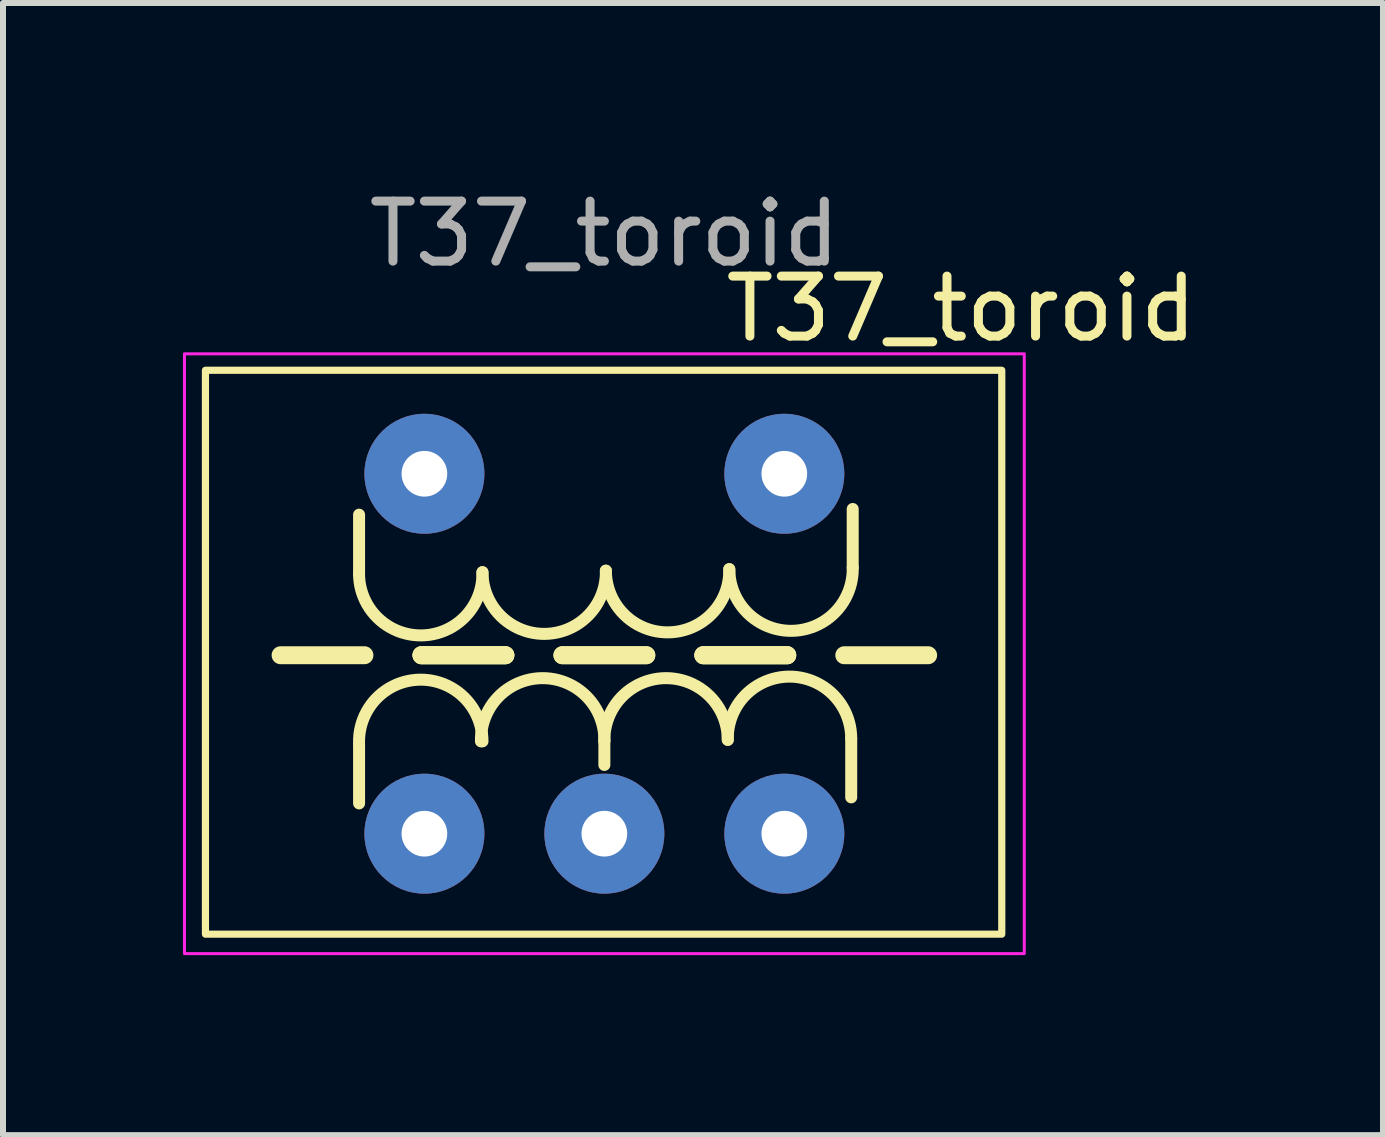
<source format=kicad_pcb>
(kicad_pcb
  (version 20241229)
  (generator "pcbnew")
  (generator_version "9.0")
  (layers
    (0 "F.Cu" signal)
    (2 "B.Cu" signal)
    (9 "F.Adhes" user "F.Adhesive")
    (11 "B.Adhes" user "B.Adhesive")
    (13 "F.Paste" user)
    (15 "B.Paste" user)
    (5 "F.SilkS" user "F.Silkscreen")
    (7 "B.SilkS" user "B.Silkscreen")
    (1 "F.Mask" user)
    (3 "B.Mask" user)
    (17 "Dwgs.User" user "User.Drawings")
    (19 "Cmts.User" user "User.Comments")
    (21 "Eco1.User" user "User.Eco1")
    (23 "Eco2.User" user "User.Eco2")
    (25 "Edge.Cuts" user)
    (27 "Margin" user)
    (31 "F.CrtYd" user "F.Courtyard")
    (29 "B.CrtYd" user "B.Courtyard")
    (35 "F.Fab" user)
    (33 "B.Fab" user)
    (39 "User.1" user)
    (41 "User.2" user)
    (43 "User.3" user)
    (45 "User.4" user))
  (footprint "T37_toroid"
    (layer "F.Cu")
    (at 7.025 7.848)
    (property "Reference" "T37_toroid" (at 5.95 -5.75 0) (unlocked yes) (layer "F.SilkS") (effects (font (size 1 1) (thickness 0.15))))
    (attr through_hole)
    (fp_line (start -4.089 -1.34) (end -4.089 -2.318) (stroke (width 0.2) (type default)) (layer "F.SilkS"))
    (fp_line (start -4.089 2.495) (end -4.089 1.518) (stroke (width 0.2) (type default)) (layer "F.SilkS"))
    (fp_line (start -4 0.025) (end -5.397 0.025) (stroke (width 0.3) (type default)) (layer "F.SilkS"))
    (fp_line (start -3.048 0.025) (end -1.651 0.025) (stroke (width 0.3) (type default)) (layer "F.SilkS"))
    (fp_line (start -1.651 0.025) (end -3.048 0.025) (stroke (width 0.3) (type default)) (layer "F.SilkS"))
    (fp_line (start -1.651 0.025) (end -3.048 0.025) (stroke (width 0.3) (type default)) (layer "F.SilkS"))
    (fp_line (start -0.699 0.025) (end 0.699 0.025) (stroke (width 0.3) (type default)) (layer "F.SilkS"))
    (fp_line (start 0 1.461) (end 0 1.854) (stroke (width 0.2) (type default)) (layer "F.SilkS"))
    (fp_line (start 0.699 0.025) (end -0.699 0.025) (stroke (width 0.3) (type default)) (layer "F.SilkS"))
    (fp_line (start 1.651 0.025) (end 3.048 0.025) (stroke (width 0.3) (type default)) (layer "F.SilkS"))
    (fp_line (start 1.651 0.025) (end 3.048 0.025) (stroke (width 0.3) (type default)) (layer "F.SilkS"))
    (fp_line (start 3.048 0.025) (end 1.651 0.025) (stroke (width 0.3) (type default)) (layer "F.SilkS"))
    (fp_line (start 4 0.025) (end 5.397 0.025) (stroke (width 0.3) (type default)) (layer "F.SilkS"))
    (fp_line (start 4.115 2.394) (end 4.115 1.416) (stroke (width 0.2) (type default)) (layer "F.SilkS"))
    (fp_line (start 4.14 -1.435) (end 4.14 -2.413) (stroke (width 0.2) (type default)) (layer "F.SilkS"))
    (fp_rect (start -6.65 -4.725) (end 6.625 4.675) (stroke (width 0.12) (type default)) (fill no) (layer "F.SilkS"))
    (fp_arc (start -4.0894 1.486136) (mid -3.0734 0.431801) (end -2.031684 1.460736) (stroke (width 0.2) (type default)) (layer "F.SilkS"))
    (fp_arc (start -2.0574 1.460736) (mid -1.0414 0.406401) (end 0.000316 1.435336) (stroke (width 0.2) (type default)) (layer "F.SilkS"))
    (fp_arc (start -2.032 -1.359136) (mid -3.048 -0.304801) (end -4.089716 -1.333736) (stroke (width 0.2) (type default)) (layer "F.SilkS"))
    (fp_arc (start 0 1.460736) (mid 1.016 0.406401) (end 2.057716 1.435336) (stroke (width 0.2) (type default)) (layer "F.SilkS"))
    (fp_arc (start 0.0254 -1.384536) (mid -0.9906 -0.330201) (end -2.032316 -1.359136) (stroke (width 0.2) (type default)) (layer "F.SilkS"))
    (fp_arc (start 2.0574 1.435336) (mid 3.0734 0.381001) (end 4.115116 1.409936) (stroke (width 0.2) (type default)) (layer "F.SilkS"))
    (fp_arc (start 2.0828 -1.409936) (mid 1.0668 -0.355601) (end 0.025084 -1.384536) (stroke (width 0.2) (type default)) (layer "F.SilkS"))
    (fp_arc (start 4.1402 -1.435336) (mid 3.1242 -0.381001) (end 2.082484 -1.409936) (stroke (width 0.2) (type default)) (layer "F.SilkS"))
    (fp_rect (start -7 -5) (end 7 5) (stroke (width 0.05) (type default)) (fill no) (layer "F.CrtYd"))
    (fp_text user "${REFERENCE}" (at 0 -7 0) (unlocked yes) (layer "F.Fab") (effects (font (size 1 1) (thickness 0.15))))
    (pad "1" thru_hole circle (at -3 -3) (size 2 2) (drill 0.762) (layers "*.Cu" "*.Mask"))
    (pad "2" thru_hole circle (at 3 -3) (size 2 2) (drill 0.762) (layers "*.Cu" "*.Mask"))
    (pad "3" thru_hole circle (at -3 3) (size 2 2) (drill 0.762) (layers "*.Cu" "*.Mask"))
    (pad "4" thru_hole circle (at 0 3) (size 2 2) (drill 0.762) (layers "*.Cu" "*.Mask"))
    (pad "5" thru_hole circle (at 3 3) (size 2 2) (drill 0.762) (layers "*.Cu" "*.Mask")))
  (gr_rect
    (start -3 -3)
    (end 20.005 15.873)
    (stroke (width 0.1) (type default))
    (fill no)
    (layer "Edge.Cuts")))
</source>
